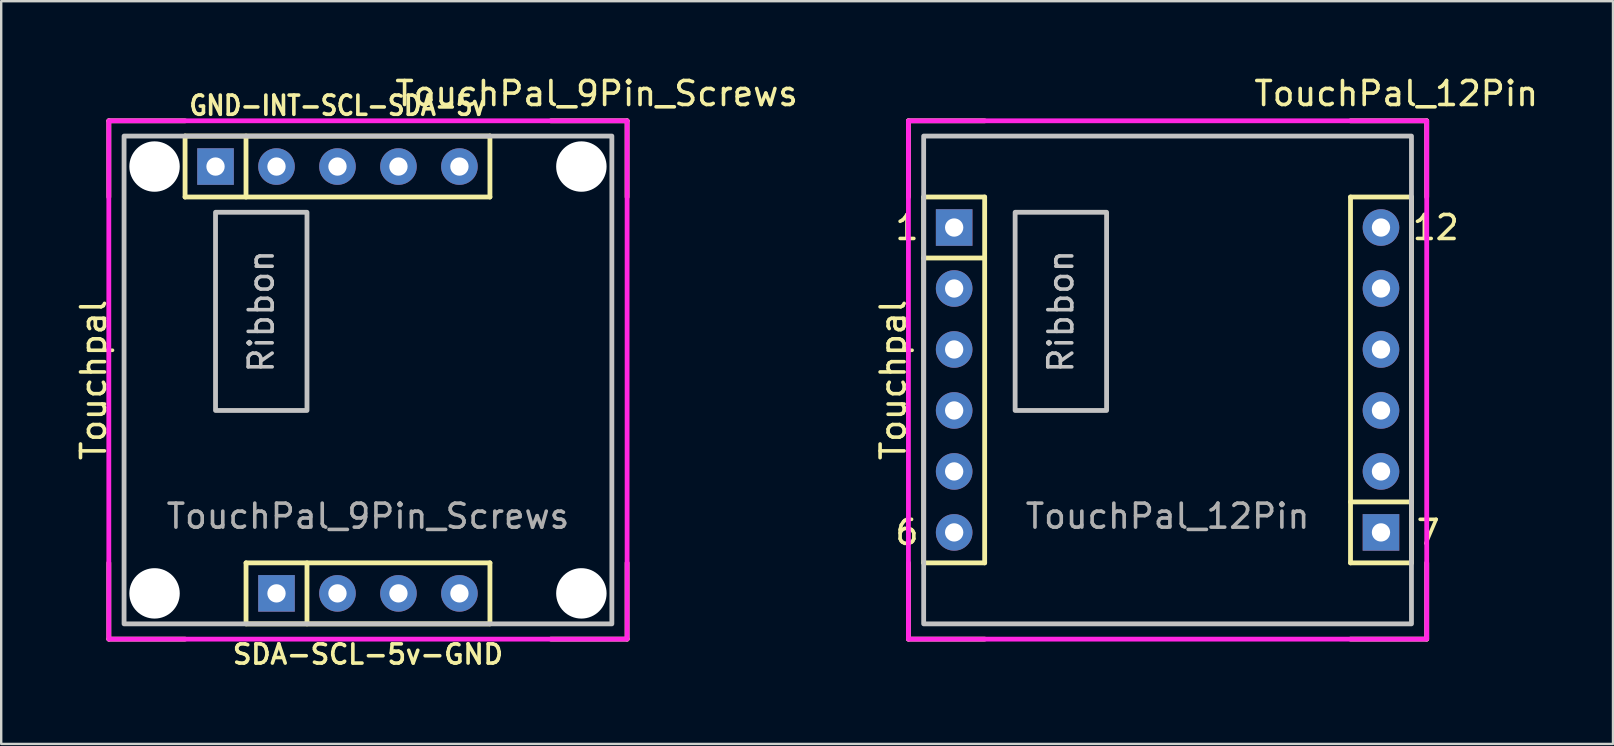
<source format=kicad_pcb>
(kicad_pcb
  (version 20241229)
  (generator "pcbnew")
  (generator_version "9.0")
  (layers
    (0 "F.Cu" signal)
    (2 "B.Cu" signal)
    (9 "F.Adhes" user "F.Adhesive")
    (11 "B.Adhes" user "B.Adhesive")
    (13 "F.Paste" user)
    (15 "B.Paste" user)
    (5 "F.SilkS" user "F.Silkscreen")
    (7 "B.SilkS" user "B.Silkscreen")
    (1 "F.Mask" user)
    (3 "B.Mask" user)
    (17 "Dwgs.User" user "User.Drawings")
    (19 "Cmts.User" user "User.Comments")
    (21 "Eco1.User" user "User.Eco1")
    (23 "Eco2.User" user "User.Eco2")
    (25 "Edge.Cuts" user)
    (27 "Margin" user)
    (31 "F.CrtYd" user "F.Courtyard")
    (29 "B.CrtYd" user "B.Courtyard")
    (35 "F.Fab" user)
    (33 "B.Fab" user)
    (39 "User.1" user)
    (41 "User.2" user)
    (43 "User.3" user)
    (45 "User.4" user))
  (footprint "TouchPal_12Pin"
    (layer "F.Cu")
    (at 45.587 12.778)
    (property "Reference" "TouchPal_12Pin" (at 9.525 -11.93 0) (unlocked yes) (layer "F.SilkS") (effects (font (size 1 1) (thickness 0.15))))
    (attr through_hole)
    (fp_line (start -10.795 -10.795) (end -10.795 -7.62) (stroke (width 0.2) (type solid)) (layer "F.SilkS"))
    (fp_line (start -10.795 10.795) (end -10.795 7.619) (stroke (width 0.2) (type solid)) (layer "F.SilkS"))
    (fp_line (start -10.16 -5.08) (end -7.62 -5.08) (stroke (width 0.2) (type solid)) (layer "F.SilkS"))
    (fp_line (start -10.159 -7.621) (end -10.159 7.619) (stroke (width 0.2) (type solid)) (layer "F.SilkS"))
    (fp_line (start -10.159 7.619) (end -7.619 7.619) (stroke (width 0.2) (type solid)) (layer "F.SilkS"))
    (fp_line (start -7.62 -10.795) (end -10.795 -10.795) (stroke (width 0.2) (type solid)) (layer "F.SilkS"))
    (fp_line (start -7.62 10.795) (end -10.795 10.795) (stroke (width 0.2) (type solid)) (layer "F.SilkS"))
    (fp_line (start -7.619 -7.621) (end -10.159 -7.621) (stroke (width 0.2) (type solid)) (layer "F.SilkS"))
    (fp_line (start -7.619 7.619) (end -7.619 -7.621) (stroke (width 0.2) (type solid)) (layer "F.SilkS"))
    (fp_line (start 7.62 -10.795) (end 10.795 -10.795) (stroke (width 0.2) (type solid)) (layer "F.SilkS"))
    (fp_line (start 7.621 -7.621) (end 7.621 7.619) (stroke (width 0.2) (type solid)) (layer "F.SilkS"))
    (fp_line (start 7.621 7.619) (end 10.161 7.619) (stroke (width 0.2) (type solid)) (layer "F.SilkS"))
    (fp_line (start 10.16 5.08) (end 7.62 5.08) (stroke (width 0.2) (type solid)) (layer "F.SilkS"))
    (fp_line (start 10.161 -7.621) (end 7.621 -7.621) (stroke (width 0.2) (type solid)) (layer "F.SilkS"))
    (fp_line (start 10.161 7.619) (end 10.161 -7.621) (stroke (width 0.2) (type solid)) (layer "F.SilkS"))
    (fp_line (start 10.795 -10.795) (end 10.795 -7.62) (stroke (width 0.2) (type solid)) (layer "F.SilkS"))
    (fp_line (start 10.795 7.619) (end 10.795 10.795) (stroke (width 0.2) (type solid)) (layer "F.SilkS"))
    (fp_line (start 10.795 10.795) (end 7.62 10.795) (stroke (width 0.2) (type solid)) (layer "F.SilkS"))
    (fp_rect (start -10.16 -10.16) (end 10.16 10.16) (stroke (width 0.2) (type solid)) (fill no) (layer "Dwgs.User"))
    (fp_rect (start -6.35 -6.985) (end -2.54 1.27) (stroke (width 0.2) (type solid)) (fill no) (layer "Dwgs.User"))
    (fp_rect (start -10.795 -10.795) (end 10.795 10.795) (stroke (width 0.2) (type solid)) (fill no) (layer "F.CrtYd"))
    (fp_text user "Touchpal" (at -11.43 0 90) (unlocked yes) (layer "F.SilkS") (effects (font (size 1 1) (thickness 0.15))))
    (fp_text user "6" (at -11.43 6.35 0) (unlocked yes) (layer "F.SilkS") (effects (font (size 1 1) (thickness 0.15)) (justify left)))
    (fp_text user "7" (at 11.43 6.35 0) (unlocked yes) (layer "F.SilkS") (effects (font (size 1 1) (thickness 0.15)) (justify right)))
    (fp_text user "1" (at -11.43 -6.35 0) (unlocked yes) (layer "F.SilkS") (effects (font (size 1 1) (thickness 0.15)) (justify left)))
    (fp_text user "12" (at 12.224 -6.35 0) (unlocked yes) (layer "F.SilkS") (effects (font (size 1 1) (thickness 0.15)) (justify right)))
    (fp_text user "Ribbon" (at -4.445 -2.857 90) (unlocked yes) (layer "Dwgs.User") (effects (font (size 1 1) (thickness 0.15))))
    (fp_text user "${REFERENCE}" (at 0 5.675 0) (unlocked yes) (layer "F.Fab") (effects (font (size 1 1) (thickness 0.15))))
    (pad "1" thru_hole rect (at -8.89 -6.35) (size 1.524 1.524) (drill 0.762) (layers "*.Cu" "*.Mask"))
    (pad "2" thru_hole circle (at -8.89 -3.81) (size 1.524 1.524) (drill 0.762) (layers "*.Cu" "*.Mask"))
    (pad "3" thru_hole circle (at -8.89 -1.27) (size 1.524 1.524) (drill 0.762) (layers "*.Cu" "*.Mask"))
    (pad "4" thru_hole circle (at -8.89 1.27) (size 1.524 1.524) (drill 0.762) (layers "*.Cu" "*.Mask"))
    (pad "5" thru_hole circle (at -8.89 3.81) (size 1.524 1.524) (drill 0.762) (layers "*.Cu" "*.Mask"))
    (pad "6" thru_hole circle (at -8.89 6.35) (size 1.524 1.524) (drill 0.762) (layers "*.Cu" "*.Mask"))
    (pad "7" thru_hole rect (at 8.89 6.35) (size 1.524 1.524) (drill 0.762) (layers "*.Cu" "*.Mask"))
    (pad "8" thru_hole circle (at 8.89 3.81) (size 1.524 1.524) (drill 0.762) (layers "*.Cu" "*.Mask"))
    (pad "9" thru_hole circle (at 8.89 1.27) (size 1.524 1.524) (drill 0.762) (layers "*.Cu" "*.Mask"))
    (pad "10" thru_hole circle (at 8.89 -1.27) (size 1.524 1.524) (drill 0.762) (layers "*.Cu" "*.Mask"))
    (pad "11" thru_hole circle (at 8.89 -3.81) (size 1.524 1.524) (drill 0.762) (layers "*.Cu" "*.Mask"))
    (pad "12" thru_hole circle (at 8.89 -6.35) (size 1.524 1.524) (drill 0.762) (layers "*.Cu" "*.Mask")))
  (footprint "TouchPal_9Pin_Screws"
    (layer "F.Cu")
    (at 12.278 12.778)
    (property "Reference" "TouchPal_9Pin_Screws" (at 9.525 -11.93 0) (unlocked yes) (layer "F.SilkS") (effects (font (size 1 1) (thickness 0.15))))
    (attr through_hole)
    (fp_line (start -10.795 -10.795) (end -10.795 -7.62) (stroke (width 0.2) (type solid)) (layer "F.SilkS"))
    (fp_line (start -10.795 10.795) (end -10.795 7.619) (stroke (width 0.2) (type solid)) (layer "F.SilkS"))
    (fp_line (start -7.62 -10.795) (end -10.795 -10.795) (stroke (width 0.2) (type solid)) (layer "F.SilkS"))
    (fp_line (start -7.62 10.795) (end -10.795 10.795) (stroke (width 0.2) (type solid)) (layer "F.SilkS"))
    (fp_line (start -7.619 -10.161) (end -7.619 -7.621) (stroke (width 0.2) (type solid)) (layer "F.SilkS"))
    (fp_line (start -7.619 -7.621) (end 5.081 -7.621) (stroke (width 0.2) (type solid)) (layer "F.SilkS"))
    (fp_line (start -5.08 -7.62) (end -5.08 -10.16) (stroke (width 0.2) (type solid)) (layer "F.SilkS"))
    (fp_line (start -5.079 7.619) (end -5.079 10.159) (stroke (width 0.2) (type solid)) (layer "F.SilkS"))
    (fp_line (start -5.079 10.159) (end 5.081 10.159) (stroke (width 0.2) (type solid)) (layer "F.SilkS"))
    (fp_line (start -2.54 7.62) (end -2.54 10.16) (stroke (width 0.2) (type solid)) (layer "F.SilkS"))
    (fp_line (start 5.081 -10.161) (end -7.619 -10.161) (stroke (width 0.2) (type solid)) (layer "F.SilkS"))
    (fp_line (start 5.081 -7.621) (end 5.081 -10.161) (stroke (width 0.2) (type solid)) (layer "F.SilkS"))
    (fp_line (start 5.081 7.619) (end -5.079 7.619) (stroke (width 0.2) (type solid)) (layer "F.SilkS"))
    (fp_line (start 5.081 10.159) (end 5.081 7.619) (stroke (width 0.2) (type solid)) (layer "F.SilkS"))
    (fp_line (start 7.62 -10.795) (end 10.795 -10.795) (stroke (width 0.2) (type solid)) (layer "F.SilkS"))
    (fp_line (start 10.795 -10.795) (end 10.795 -7.62) (stroke (width 0.2) (type solid)) (layer "F.SilkS"))
    (fp_line (start 10.795 7.619) (end 10.795 10.795) (stroke (width 0.2) (type solid)) (layer "F.SilkS"))
    (fp_line (start 10.795 10.795) (end 7.62 10.795) (stroke (width 0.2) (type solid)) (layer "F.SilkS"))
    (fp_rect (start -10.16 -10.16) (end 10.16 10.16) (stroke (width 0.2) (type solid)) (fill no) (layer "Dwgs.User"))
    (fp_rect (start -6.35 -6.985) (end -2.54 1.27) (stroke (width 0.2) (type solid)) (fill no) (layer "Dwgs.User"))
    (fp_rect (start -10.795 -10.795) (end 10.795 10.795) (stroke (width 0.2) (type solid)) (fill no) (layer "F.CrtYd"))
    (fp_text user "SDA-SCL-5v-GND" (at 0 11.43 0) (unlocked yes) (layer "F.SilkS") (effects (font (size 0.8 0.8) (thickness 0.15))))
    (fp_text user "GND-INT-SCL-SDA-5v" (at -1.27 -11.43 0) (unlocked yes) (layer "F.SilkS") (effects (font (size 0.8 0.7) (thickness 0.15))))
    (fp_text user "Touchpal" (at -11.43 0 90) (unlocked yes) (layer "F.SilkS") (effects (font (size 1 1) (thickness 0.15))))
    (fp_text user "Ribbon" (at -4.445 -2.857 90) (unlocked yes) (layer "Dwgs.User") (effects (font (size 1 1) (thickness 0.15))))
    (fp_text user "${REFERENCE}" (at 0 5.675 0) (unlocked yes) (layer "F.Fab") (effects (font (size 1 1) (thickness 0.15))))
    (pad "" np_thru_hole circle (at -8.89 -8.89) (size 2.1 2.1) (drill 2.1) (layers "*.Cu" "*.Mask"))
    (pad "" np_thru_hole circle (at -8.89 8.89) (size 2.1 2.1) (drill 2.1) (layers "*.Cu" "*.Mask"))
    (pad "" np_thru_hole circle (at 8.89 -8.89) (size 2.1 2.1) (drill 2.1) (layers "*.Cu" "*.Mask"))
    (pad "" np_thru_hole circle (at 8.89 8.89) (size 2.1 2.1) (drill 2.1) (layers "*.Cu" "*.Mask"))
    (pad "1" thru_hole rect (at -3.81 8.89) (size 1.524 1.524) (drill 0.762) (layers "*.Cu" "*.Mask"))
    (pad "2" thru_hole circle (at -1.27 8.89) (size 1.524 1.524) (drill 0.762) (layers "*.Cu" "*.Mask"))
    (pad "3" thru_hole circle (at 1.27 8.89) (size 1.524 1.524) (drill 0.762) (layers "*.Cu" "*.Mask"))
    (pad "4" thru_hole circle (at 3.81 8.89) (size 1.524 1.524) (drill 0.762) (layers "*.Cu" "*.Mask"))
    (pad "5" thru_hole rect (at -6.35 -8.89) (size 1.524 1.524) (drill 0.762) (layers "*.Cu" "*.Mask"))
    (pad "6" thru_hole circle (at -3.81 -8.89) (size 1.524 1.524) (drill 0.762) (layers "*.Cu" "*.Mask"))
    (pad "7" thru_hole circle (at -1.27 -8.89) (size 1.524 1.524) (drill 0.762) (layers "*.Cu" "*.Mask"))
    (pad "8" thru_hole circle (at 1.27 -8.89) (size 1.524 1.524) (drill 0.762) (layers "*.Cu" "*.Mask"))
    (pad "9" thru_hole circle (at 3.81 -8.89) (size 1.524 1.524) (drill 0.762) (layers "*.Cu" "*.Mask")))
  (gr_rect
    (start -3 -3)
    (end 64.142 27.939)
    (stroke (width 0.1) (type default))
    (fill no)
    (layer "Edge.Cuts")))
</source>
